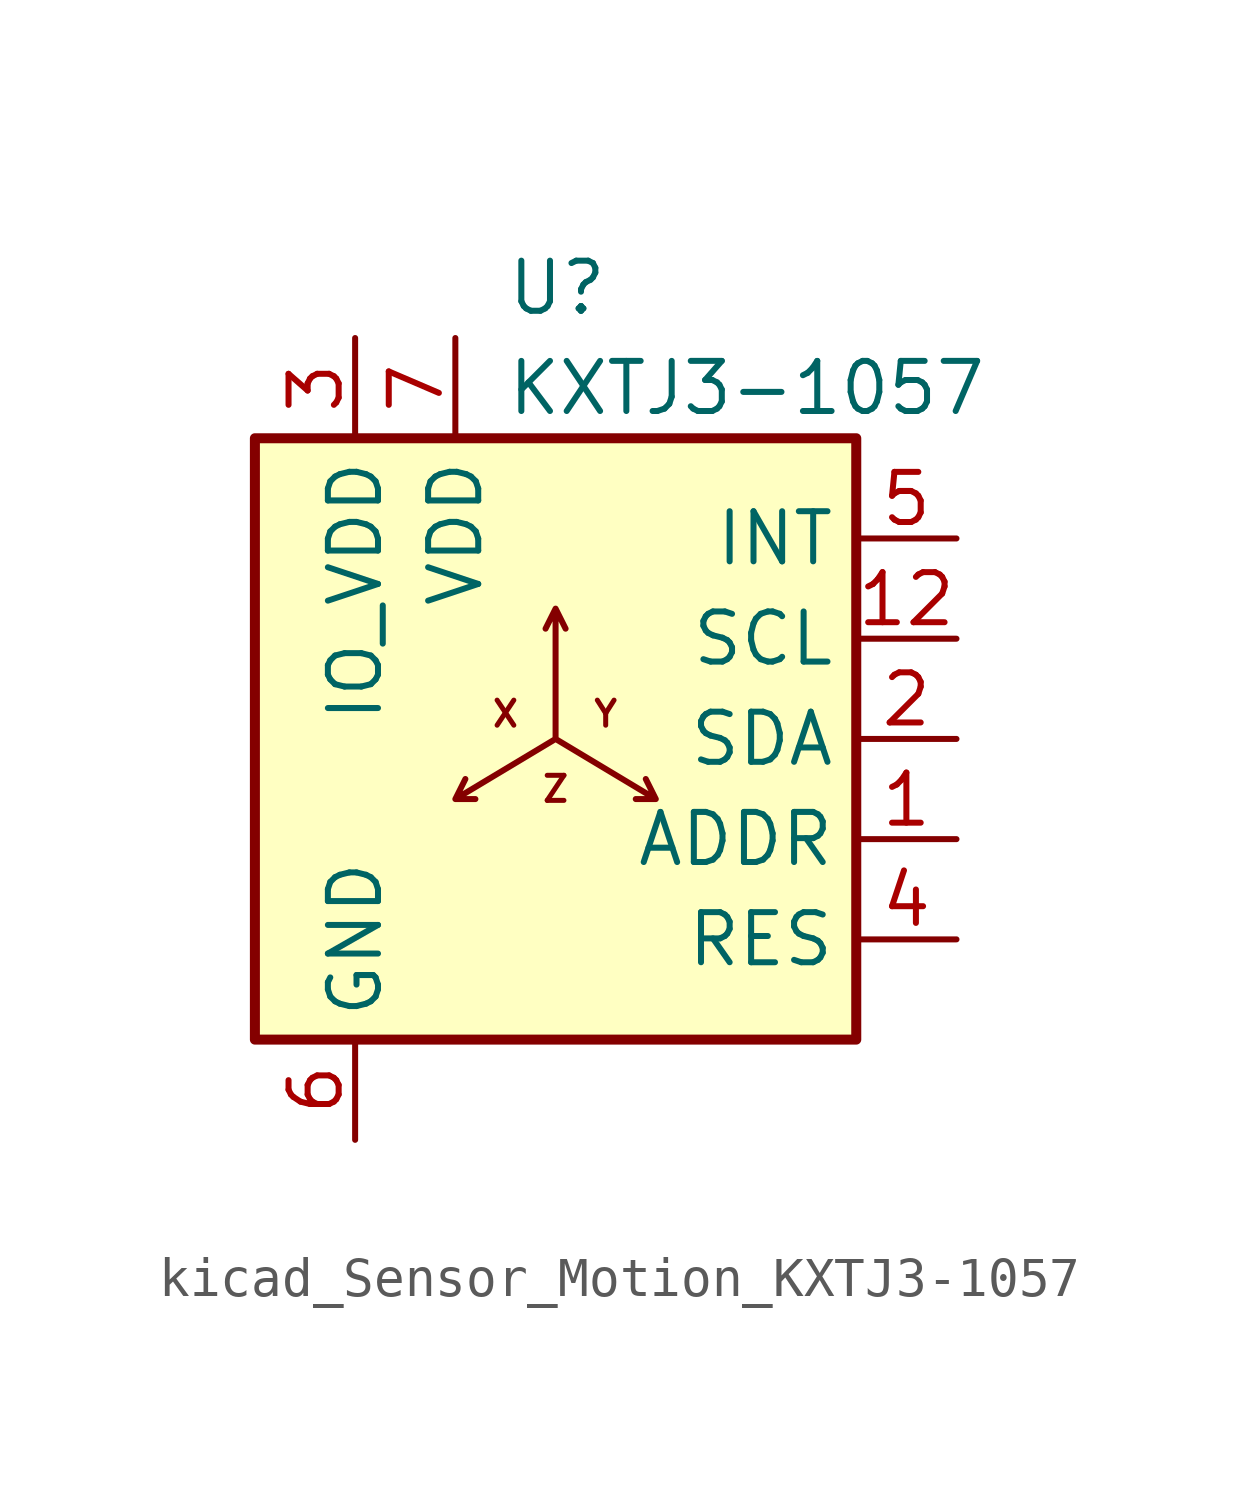
<source format=kicad_sym>
(kicad_symbol_lib
  (version 20220914)
  (generator kicad_symbol_editor)
  (symbol "kicad_Sensor_Motion_KXTJ3-1057"
    (property "Reference" "U"
      (at -1.27 11.43 0)
      (effects (font (size 1.27 1.27)) (justify left)))
    (property "Value" "KXTJ3-1057"
      (at -1.27 8.89 0)
      (effects (font (size 1.27 1.27)) (justify left)))
    (symbol "kicad_Sensor_Motion_KXTJ3-1057_0_0"
      (text "X" (at -1.27 0.635 0) (effects (font (size 0.635 0.635) bold)))
      (text "Y" (at 1.27 0.635 0) (effects (font (size 0.635 0.635) bold)))
      (text "Z" (at 0 -1.27 0) (effects (font (size 0.635 0.635) bold))))
    (symbol "kicad_Sensor_Motion_KXTJ3-1057_0_1"
      (rectangle (start -7.62 7.62) (end 7.62 -7.62) (stroke (width 0.254) (type default)) (fill (type background)))
      (polyline (pts (xy 0 0) (xy 0 3.302) (xy 0.254 2.794) (xy 0 3.302) (xy -0.254 2.794) (xy 0 3.302) (xy 0 0) (xy 2.54 -1.524) (xy 2.286 -1.016) (xy 2.54 -1.524) (xy 2.032 -1.524) (xy 2.54 -1.524) (xy 0 0) (xy -2.54 -1.524) (xy -2.286 -1.016) (xy -2.54 -1.524) (xy -2.032 -1.524)) (stroke (width 0) (type default)) (fill (type none))))
    (symbol "kicad_Sensor_Motion_KXTJ3-1057_1_1"
      (pin input line (at 10.16 -2.54 180) (length 2.54) (name "ADDR" (effects (font (size 1.27 1.27)))) (number "1" (effects (font (size 1.27 1.27)))))
      (pin passive line (at -2.54 10.16 270) (length 2.54) hide (name "VDD" (effects (font (size 1.27 1.27)))) (number "10" (effects (font (size 1.27 1.27)))))
      (pin passive line (at -5.08 10.16 270) (length 2.54) hide (name "IO_VDD" (effects (font (size 1.27 1.27)))) (number "11" (effects (font (size 1.27 1.27)))))
      (pin input line (at 10.16 2.54 180) (length 2.54) (name "SCL" (effects (font (size 1.27 1.27)))) (number "12" (effects (font (size 1.27 1.27)))))
      (pin bidirectional line (at 10.16 0 180) (length 2.54) (name "SDA" (effects (font (size 1.27 1.27)))) (number "2" (effects (font (size 1.27 1.27)))))
      (pin power_in line (at -5.08 10.16 270) (length 2.54) (name "IO_VDD" (effects (font (size 1.27 1.27)))) (number "3" (effects (font (size 1.27 1.27)))))
      (pin passive line (at 10.16 -5.08 180) (length 2.54) (name "RES" (effects (font (size 1.27 1.27)))) (number "4" (effects (font (size 1.27 1.27)))))
      (pin output line (at 10.16 5.08 180) (length 2.54) (name "INT" (effects (font (size 1.27 1.27)))) (number "5" (effects (font (size 1.27 1.27)))))
      (pin power_in line (at -5.08 -10.16 90) (length 2.54) (name "GND" (effects (font (size 1.27 1.27)))) (number "6" (effects (font (size 1.27 1.27)))))
      (pin power_in line (at -2.54 10.16 270) (length 2.54) (name "VDD" (effects (font (size 1.27 1.27)))) (number "7" (effects (font (size 1.27 1.27)))))
      (pin passive line (at -5.08 -10.16 90) (length 2.54) hide (name "GND" (effects (font (size 1.27 1.27)))) (number "8" (effects (font (size 1.27 1.27)))))
      (pin passive line (at -5.08 -10.16 90) (length 2.54) hide (name "GND" (effects (font (size 1.27 1.27)))) (number "9" (effects (font (size 1.27 1.27))))))))
</source>
